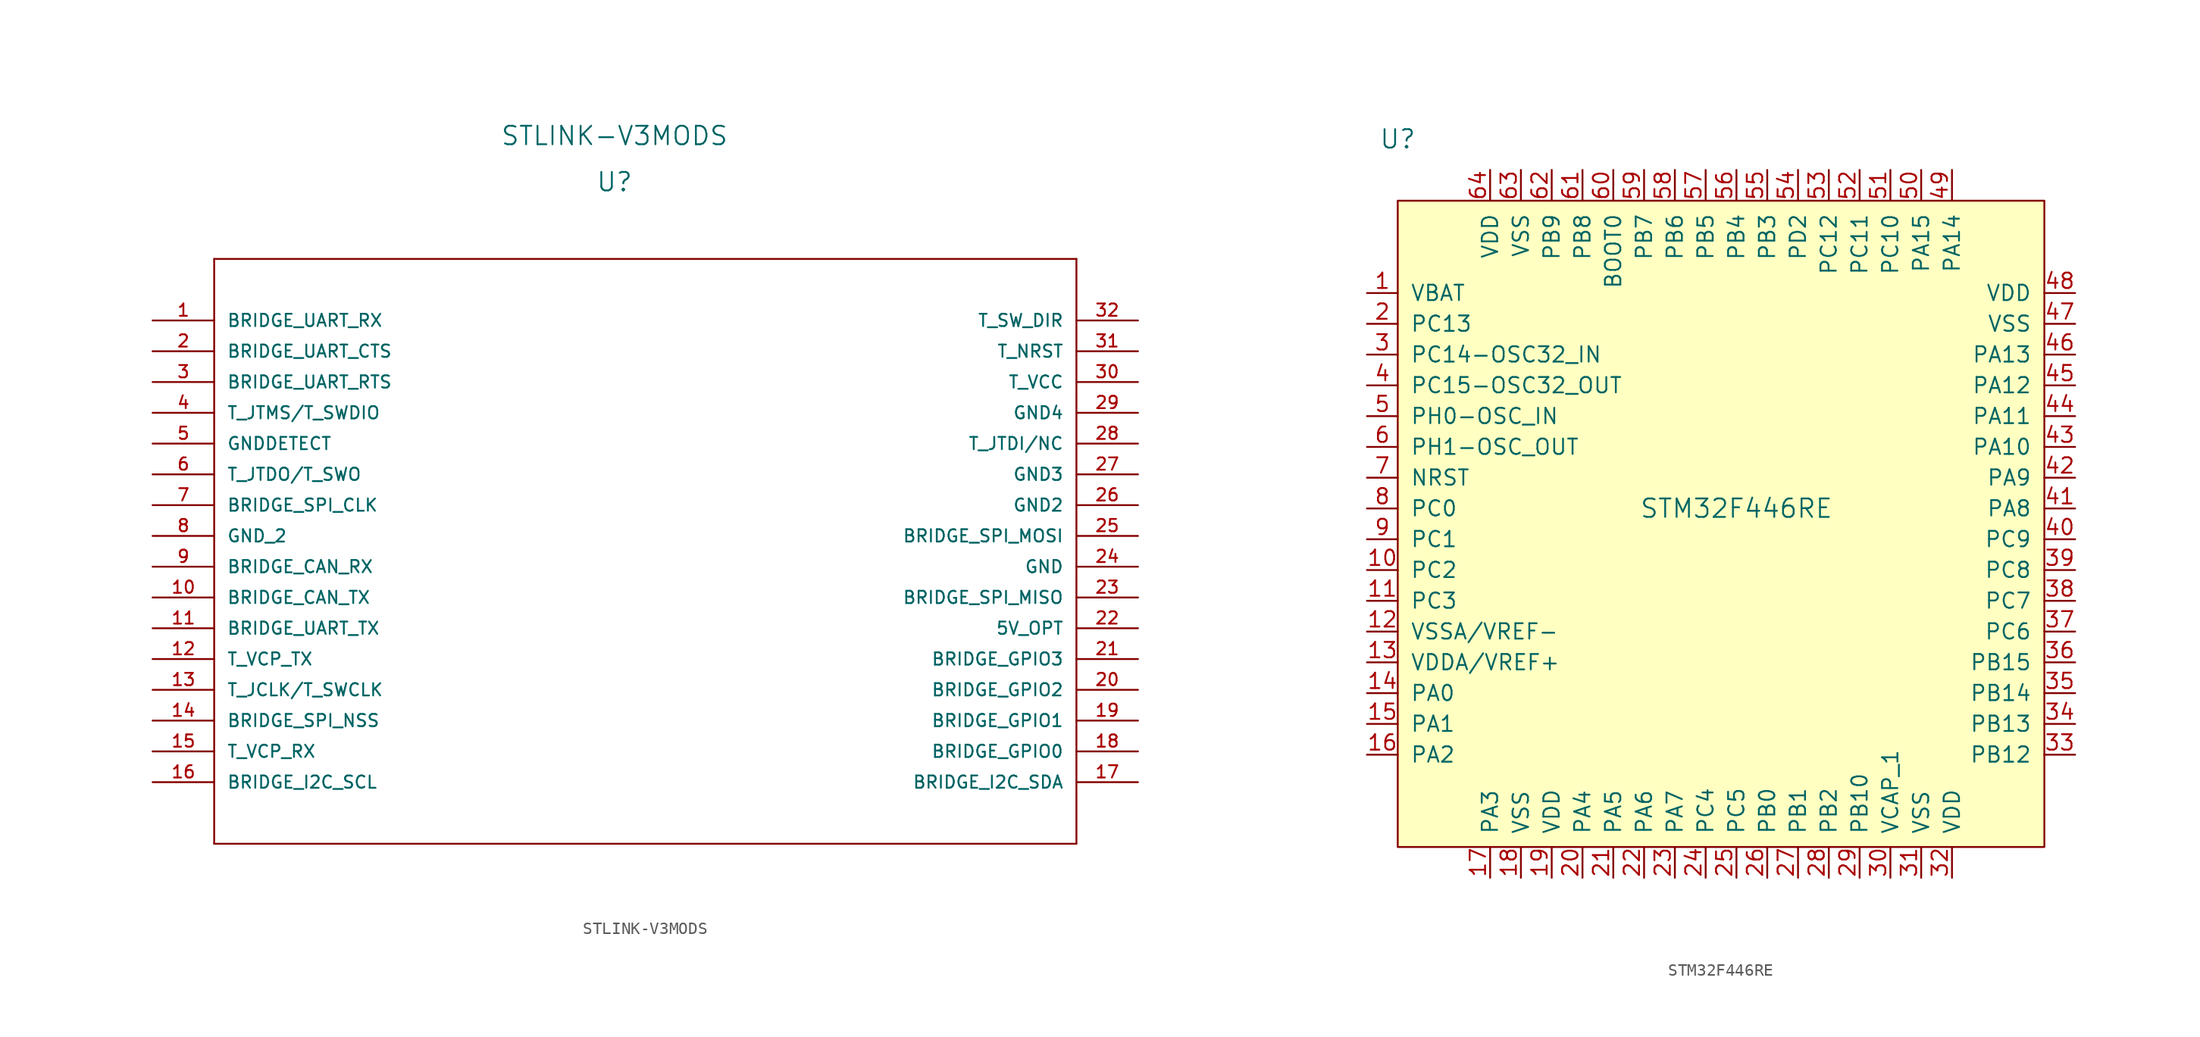
<source format=kicad_sym>
(kicad_symbol_lib
  (version 20211014)
  (generator kicad_symbol_editor)
  (symbol "STLINK-V3MODS"
    (pin_names
      (offset 1.016))
    (property "Reference" "U"
      (at 0 60.96 0)
      (effects (font (size 1.524 1.524))))
    (property "Value" "STLINK-V3MODS"
      (at 0 64.77 0)
      (effects (font (size 1.524 1.524))))
    (symbol "STLINK-V3MODS_1_1"
      (polyline (pts (xy -33.02 6.35) (xy 38.1 6.35)) (stroke (width 0.152) (type default) (color 0 0 0 0)) (fill (type none)))
      (polyline (pts (xy -33.02 54.61) (xy -33.02 6.35)) (stroke (width 0.152) (type default) (color 0 0 0 0)) (fill (type none)))
      (polyline (pts (xy 38.1 6.35) (xy 38.1 54.61)) (stroke (width 0.152) (type default) (color 0 0 0 0)) (fill (type none)))
      (polyline (pts (xy 38.1 54.61) (xy -33.02 54.61)) (stroke (width 0.152) (type default) (color 0 0 0 0)) (fill (type none)))
      (pin passive line (at -38.1 49.53 0) (length 5.08) (name "BRIDGE_UART_RX" (effects (font (size 1.016 1.016)))) (number "1" (effects (font (size 1.016 1.016)))))
      (pin passive line (at -38.1 26.67 0) (length 5.08) (name "BRIDGE_CAN_TX" (effects (font (size 1.016 1.016)))) (number "10" (effects (font (size 1.016 1.016)))))
      (pin passive line (at -38.1 24.13 0) (length 5.08) (name "BRIDGE_UART_TX" (effects (font (size 1.016 1.016)))) (number "11" (effects (font (size 1.016 1.016)))))
      (pin passive line (at -38.1 21.59 0) (length 5.08) (name "T_VCP_TX" (effects (font (size 1.016 1.016)))) (number "12" (effects (font (size 1.016 1.016)))))
      (pin passive line (at -38.1 19.05 0) (length 5.08) (name "T_JCLK/T_SWCLK" (effects (font (size 1.016 1.016)))) (number "13" (effects (font (size 1.016 1.016)))))
      (pin passive line (at -38.1 16.51 0) (length 5.08) (name "BRIDGE_SPI_NSS" (effects (font (size 1.016 1.016)))) (number "14" (effects (font (size 1.016 1.016)))))
      (pin passive line (at -38.1 13.97 0) (length 5.08) (name "T_VCP_RX" (effects (font (size 1.016 1.016)))) (number "15" (effects (font (size 1.016 1.016)))))
      (pin bidirectional line (at -38.1 11.43 0) (length 5.08) (name "BRIDGE_I2C_SCL" (effects (font (size 1.016 1.016)))) (number "16" (effects (font (size 1.016 1.016)))))
      (pin bidirectional line (at 43.18 11.43 180) (length 5.08) (name "BRIDGE_I2C_SDA" (effects (font (size 1.016 1.016)))) (number "17" (effects (font (size 1.016 1.016)))))
      (pin bidirectional line (at 43.18 13.97 180) (length 5.08) (name "BRIDGE_GPIO0" (effects (font (size 1.016 1.016)))) (number "18" (effects (font (size 1.016 1.016)))))
      (pin bidirectional line (at 43.18 16.51 180) (length 5.08) (name "BRIDGE_GPIO1" (effects (font (size 1.016 1.016)))) (number "19" (effects (font (size 1.016 1.016)))))
      (pin passive line (at -38.1 46.99 0) (length 5.08) (name "BRIDGE_UART_CTS" (effects (font (size 1.016 1.016)))) (number "2" (effects (font (size 1.016 1.016)))))
      (pin bidirectional line (at 43.18 19.05 180) (length 5.08) (name "BRIDGE_GPIO2" (effects (font (size 1.016 1.016)))) (number "20" (effects (font (size 1.016 1.016)))))
      (pin bidirectional line (at 43.18 21.59 180) (length 5.08) (name "BRIDGE_GPIO3" (effects (font (size 1.016 1.016)))) (number "21" (effects (font (size 1.016 1.016)))))
      (pin passive line (at 43.18 24.13 180) (length 5.08) (name "5V_OPT" (effects (font (size 1.016 1.016)))) (number "22" (effects (font (size 1.016 1.016)))))
      (pin passive line (at 43.18 26.67 180) (length 5.08) (name "BRIDGE_SPI_MISO" (effects (font (size 1.016 1.016)))) (number "23" (effects (font (size 1.016 1.016)))))
      (pin passive line (at 43.18 29.21 180) (length 5.08) (name "GND" (effects (font (size 1.016 1.016)))) (number "24" (effects (font (size 1.016 1.016)))))
      (pin passive line (at 43.18 31.75 180) (length 5.08) (name "BRIDGE_SPI_MOSI" (effects (font (size 1.016 1.016)))) (number "25" (effects (font (size 1.016 1.016)))))
      (pin passive line (at 43.18 34.29 180) (length 5.08) (name "GND2" (effects (font (size 1.016 1.016)))) (number "26" (effects (font (size 1.016 1.016)))))
      (pin passive line (at 43.18 36.83 180) (length 5.08) (name "GND3" (effects (font (size 1.016 1.016)))) (number "27" (effects (font (size 1.016 1.016)))))
      (pin passive line (at 43.18 39.37 180) (length 5.08) (name "T_JTDI/NC" (effects (font (size 1.016 1.016)))) (number "28" (effects (font (size 1.016 1.016)))))
      (pin passive line (at 43.18 41.91 180) (length 5.08) (name "GND4" (effects (font (size 1.016 1.016)))) (number "29" (effects (font (size 1.016 1.016)))))
      (pin passive line (at -38.1 44.45 0) (length 5.08) (name "BRIDGE_UART_RTS" (effects (font (size 1.016 1.016)))) (number "3" (effects (font (size 1.016 1.016)))))
      (pin passive line (at 43.18 44.45 180) (length 5.08) (name "T_VCC" (effects (font (size 1.016 1.016)))) (number "30" (effects (font (size 1.016 1.016)))))
      (pin passive line (at 43.18 46.99 180) (length 5.08) (name "T_NRST" (effects (font (size 1.016 1.016)))) (number "31" (effects (font (size 1.016 1.016)))))
      (pin passive line (at 43.18 49.53 180) (length 5.08) (name "T_SW_DIR" (effects (font (size 1.016 1.016)))) (number "32" (effects (font (size 1.016 1.016)))))
      (pin passive line (at -38.1 41.91 0) (length 5.08) (name "T_JTMS/T_SWDIO" (effects (font (size 1.016 1.016)))) (number "4" (effects (font (size 1.016 1.016)))))
      (pin passive line (at -38.1 39.37 0) (length 5.08) (name "GNDDETECT" (effects (font (size 1.016 1.016)))) (number "5" (effects (font (size 1.016 1.016)))))
      (pin passive line (at -38.1 36.83 0) (length 5.08) (name "T_JTDO/T_SWO" (effects (font (size 1.016 1.016)))) (number "6" (effects (font (size 1.016 1.016)))))
      (pin passive line (at -38.1 34.29 0) (length 5.08) (name "BRIDGE_SPI_CLK" (effects (font (size 1.016 1.016)))) (number "7" (effects (font (size 1.016 1.016)))))
      (pin passive line (at -38.1 31.75 0) (length 5.08) (name "GND_2" (effects (font (size 1.016 1.016)))) (number "8" (effects (font (size 1.016 1.016)))))
      (pin passive line (at -38.1 29.21 0) (length 5.08) (name "BRIDGE_CAN_RX" (effects (font (size 1.016 1.016)))) (number "9" (effects (font (size 1.016 1.016)))))))
  (symbol "STM32F446RE"
    (pin_names
      (offset 1.016))
    (property "Reference" "U"
      (at -27.94 30.48 0)
      (effects (font (size 1.524 1.524))))
    (property "Value" "STM32F446RE"
      (at 0 0 0)
      (effects (font (size 1.524 1.524))))
    (symbol "STM32F446RE_0_1"
      (rectangle (start -27.94 25.4) (end 25.4 -27.94) (stroke (width 0) (type default) (color 0 0 0 0)) (fill (type background))))
    (symbol "STM32F446RE_1_1"
      (pin input line (at -30.48 17.78 0) (length 2.54) (name "VBAT" (effects (font (size 1.27 1.27)))) (number "1" (effects (font (size 1.27 1.27)))))
      (pin bidirectional line (at -30.48 -5.08 0) (length 2.54) (name "PC2" (effects (font (size 1.27 1.27)))) (number "10" (effects (font (size 1.27 1.27)))))
      (pin unspecified line (at -30.48 -7.62 0) (length 2.54) (name "PC3" (effects (font (size 1.27 1.27)))) (number "11" (effects (font (size 1.27 1.27)))))
      (pin input line (at -30.48 -10.16 0) (length 2.54) (name "VSSA/VREF-" (effects (font (size 1.27 1.27)))) (number "12" (effects (font (size 1.27 1.27)))))
      (pin input line (at -30.48 -12.7 0) (length 2.54) (name "VDDA/VREF+" (effects (font (size 1.27 1.27)))) (number "13" (effects (font (size 1.27 1.27)))))
      (pin bidirectional line (at -30.48 -15.24 0) (length 2.54) (name "PA0" (effects (font (size 1.27 1.27)))) (number "14" (effects (font (size 1.27 1.27)))))
      (pin bidirectional line (at -30.48 -17.78 0) (length 2.54) (name "PA1" (effects (font (size 1.27 1.27)))) (number "15" (effects (font (size 1.27 1.27)))))
      (pin bidirectional line (at -30.48 -20.32 0) (length 2.54) (name "PA2" (effects (font (size 1.27 1.27)))) (number "16" (effects (font (size 1.27 1.27)))))
      (pin bidirectional line (at -20.32 -30.48 90) (length 2.54) (name "PA3" (effects (font (size 1.27 1.27)))) (number "17" (effects (font (size 1.27 1.27)))))
      (pin power_in line (at -17.78 -30.48 90) (length 2.54) (name "VSS" (effects (font (size 1.27 1.27)))) (number "18" (effects (font (size 1.27 1.27)))))
      (pin power_in line (at -15.24 -30.48 90) (length 2.54) (name "VDD" (effects (font (size 1.27 1.27)))) (number "19" (effects (font (size 1.27 1.27)))))
      (pin bidirectional line (at -30.48 15.24 0) (length 2.54) (name "PC13" (effects (font (size 1.27 1.27)))) (number "2" (effects (font (size 1.27 1.27)))))
      (pin bidirectional line (at -12.7 -30.48 90) (length 2.54) (name "PA4" (effects (font (size 1.27 1.27)))) (number "20" (effects (font (size 1.27 1.27)))))
      (pin bidirectional line (at -10.16 -30.48 90) (length 2.54) (name "PA5" (effects (font (size 1.27 1.27)))) (number "21" (effects (font (size 1.27 1.27)))))
      (pin bidirectional line (at -7.62 -30.48 90) (length 2.54) (name "PA6" (effects (font (size 1.27 1.27)))) (number "22" (effects (font (size 1.27 1.27)))))
      (pin bidirectional line (at -5.08 -30.48 90) (length 2.54) (name "PA7" (effects (font (size 1.27 1.27)))) (number "23" (effects (font (size 1.27 1.27)))))
      (pin bidirectional line (at -2.54 -30.48 90) (length 2.54) (name "PC4" (effects (font (size 1.27 1.27)))) (number "24" (effects (font (size 1.27 1.27)))))
      (pin bidirectional line (at 0 -30.48 90) (length 2.54) (name "PC5" (effects (font (size 1.27 1.27)))) (number "25" (effects (font (size 1.27 1.27)))))
      (pin bidirectional line (at 2.54 -30.48 90) (length 2.54) (name "PB0" (effects (font (size 1.27 1.27)))) (number "26" (effects (font (size 1.27 1.27)))))
      (pin bidirectional line (at 5.08 -30.48 90) (length 2.54) (name "PB1" (effects (font (size 1.27 1.27)))) (number "27" (effects (font (size 1.27 1.27)))))
      (pin bidirectional line (at 7.62 -30.48 90) (length 2.54) (name "PB2" (effects (font (size 1.27 1.27)))) (number "28" (effects (font (size 1.27 1.27)))))
      (pin bidirectional line (at 10.16 -30.48 90) (length 2.54) (name "PB10" (effects (font (size 1.27 1.27)))) (number "29" (effects (font (size 1.27 1.27)))))
      (pin input line (at -30.48 12.7 0) (length 2.54) (name "PC14-OSC32_IN" (effects (font (size 1.27 1.27)))) (number "3" (effects (font (size 1.27 1.27)))))
      (pin input line (at 12.7 -30.48 90) (length 2.54) (name "VCAP_1" (effects (font (size 1.27 1.27)))) (number "30" (effects (font (size 1.27 1.27)))))
      (pin power_in line (at 15.24 -30.48 90) (length 2.54) (name "VSS" (effects (font (size 1.27 1.27)))) (number "31" (effects (font (size 1.27 1.27)))))
      (pin power_in line (at 17.78 -30.48 90) (length 2.54) (name "VDD" (effects (font (size 1.27 1.27)))) (number "32" (effects (font (size 1.27 1.27)))))
      (pin bidirectional line (at 27.94 -20.32 180) (length 2.54) (name "PB12" (effects (font (size 1.27 1.27)))) (number "33" (effects (font (size 1.27 1.27)))))
      (pin bidirectional line (at 27.94 -17.78 180) (length 2.54) (name "PB13" (effects (font (size 1.27 1.27)))) (number "34" (effects (font (size 1.27 1.27)))))
      (pin bidirectional line (at 27.94 -15.24 180) (length 2.54) (name "PB14" (effects (font (size 1.27 1.27)))) (number "35" (effects (font (size 1.27 1.27)))))
      (pin bidirectional line (at 27.94 -12.7 180) (length 2.54) (name "PB15" (effects (font (size 1.27 1.27)))) (number "36" (effects (font (size 1.27 1.27)))))
      (pin bidirectional line (at 27.94 -10.16 180) (length 2.54) (name "PC6" (effects (font (size 1.27 1.27)))) (number "37" (effects (font (size 1.27 1.27)))))
      (pin bidirectional line (at 27.94 -7.62 180) (length 2.54) (name "PC7" (effects (font (size 1.27 1.27)))) (number "38" (effects (font (size 1.27 1.27)))))
      (pin bidirectional line (at 27.94 -5.08 180) (length 2.54) (name "PC8" (effects (font (size 1.27 1.27)))) (number "39" (effects (font (size 1.27 1.27)))))
      (pin input line (at -30.48 10.16 0) (length 2.54) (name "PC15-OSC32_OUT" (effects (font (size 1.27 1.27)))) (number "4" (effects (font (size 1.27 1.27)))))
      (pin bidirectional line (at 27.94 -2.54 180) (length 2.54) (name "PC9" (effects (font (size 1.27 1.27)))) (number "40" (effects (font (size 1.27 1.27)))))
      (pin bidirectional line (at 27.94 0 180) (length 2.54) (name "PA8" (effects (font (size 1.27 1.27)))) (number "41" (effects (font (size 1.27 1.27)))))
      (pin bidirectional line (at 27.94 2.54 180) (length 2.54) (name "PA9" (effects (font (size 1.27 1.27)))) (number "42" (effects (font (size 1.27 1.27)))))
      (pin bidirectional line (at 27.94 5.08 180) (length 2.54) (name "PA10" (effects (font (size 1.27 1.27)))) (number "43" (effects (font (size 1.27 1.27)))))
      (pin bidirectional line (at 27.94 7.62 180) (length 2.54) (name "PA11" (effects (font (size 1.27 1.27)))) (number "44" (effects (font (size 1.27 1.27)))))
      (pin bidirectional line (at 27.94 10.16 180) (length 2.54) (name "PA12" (effects (font (size 1.27 1.27)))) (number "45" (effects (font (size 1.27 1.27)))))
      (pin bidirectional line (at 27.94 12.7 180) (length 2.54) (name "PA13" (effects (font (size 1.27 1.27)))) (number "46" (effects (font (size 1.27 1.27)))))
      (pin power_in line (at 27.94 15.24 180) (length 2.54) (name "VSS" (effects (font (size 1.27 1.27)))) (number "47" (effects (font (size 1.27 1.27)))))
      (pin power_in line (at 27.94 17.78 180) (length 2.54) (name "VDD" (effects (font (size 1.27 1.27)))) (number "48" (effects (font (size 1.27 1.27)))))
      (pin bidirectional line (at 17.78 27.94 270) (length 2.54) (name "PA14" (effects (font (size 1.27 1.27)))) (number "49" (effects (font (size 1.27 1.27)))))
      (pin input line (at -30.48 7.62 0) (length 2.54) (name "PH0-OSC_IN" (effects (font (size 1.27 1.27)))) (number "5" (effects (font (size 1.27 1.27)))))
      (pin bidirectional line (at 15.24 27.94 270) (length 2.54) (name "PA15" (effects (font (size 1.27 1.27)))) (number "50" (effects (font (size 1.27 1.27)))))
      (pin bidirectional line (at 12.7 27.94 270) (length 2.54) (name "PC10" (effects (font (size 1.27 1.27)))) (number "51" (effects (font (size 1.27 1.27)))))
      (pin bidirectional line (at 10.16 27.94 270) (length 2.54) (name "PC11" (effects (font (size 1.27 1.27)))) (number "52" (effects (font (size 1.27 1.27)))))
      (pin bidirectional line (at 7.62 27.94 270) (length 2.54) (name "PC12" (effects (font (size 1.27 1.27)))) (number "53" (effects (font (size 1.27 1.27)))))
      (pin bidirectional line (at 5.08 27.94 270) (length 2.54) (name "PD2" (effects (font (size 1.27 1.27)))) (number "54" (effects (font (size 1.27 1.27)))))
      (pin bidirectional line (at 2.54 27.94 270) (length 2.54) (name "PB3" (effects (font (size 1.27 1.27)))) (number "55" (effects (font (size 1.27 1.27)))))
      (pin bidirectional line (at 0 27.94 270) (length 2.54) (name "PB4" (effects (font (size 1.27 1.27)))) (number "56" (effects (font (size 1.27 1.27)))))
      (pin bidirectional line (at -2.54 27.94 270) (length 2.54) (name "PB5" (effects (font (size 1.27 1.27)))) (number "57" (effects (font (size 1.27 1.27)))))
      (pin bidirectional line (at -5.08 27.94 270) (length 2.54) (name "PB6" (effects (font (size 1.27 1.27)))) (number "58" (effects (font (size 1.27 1.27)))))
      (pin bidirectional line (at -7.62 27.94 270) (length 2.54) (name "PB7" (effects (font (size 1.27 1.27)))) (number "59" (effects (font (size 1.27 1.27)))))
      (pin input line (at -30.48 5.08 0) (length 2.54) (name "PH1-OSC_OUT" (effects (font (size 1.27 1.27)))) (number "6" (effects (font (size 1.27 1.27)))))
      (pin input line (at -10.16 27.94 270) (length 2.54) (name "BOOT0" (effects (font (size 1.27 1.27)))) (number "60" (effects (font (size 1.27 1.27)))))
      (pin bidirectional line (at -12.7 27.94 270) (length 2.54) (name "PB8" (effects (font (size 1.27 1.27)))) (number "61" (effects (font (size 1.27 1.27)))))
      (pin bidirectional line (at -15.24 27.94 270) (length 2.54) (name "PB9" (effects (font (size 1.27 1.27)))) (number "62" (effects (font (size 1.27 1.27)))))
      (pin power_in line (at -17.78 27.94 270) (length 2.54) (name "VSS" (effects (font (size 1.27 1.27)))) (number "63" (effects (font (size 1.27 1.27)))))
      (pin power_in line (at -20.32 27.94 270) (length 2.54) (name "VDD" (effects (font (size 1.27 1.27)))) (number "64" (effects (font (size 1.27 1.27)))))
      (pin input line (at -30.48 2.54 0) (length 2.54) (name "NRST" (effects (font (size 1.27 1.27)))) (number "7" (effects (font (size 1.27 1.27)))))
      (pin bidirectional line (at -30.48 0 0) (length 2.54) (name "PC0" (effects (font (size 1.27 1.27)))) (number "8" (effects (font (size 1.27 1.27)))))
      (pin bidirectional line (at -30.48 -2.54 0) (length 2.54) (name "PC1" (effects (font (size 1.27 1.27)))) (number "9" (effects (font (size 1.27 1.27))))))))
</source>
